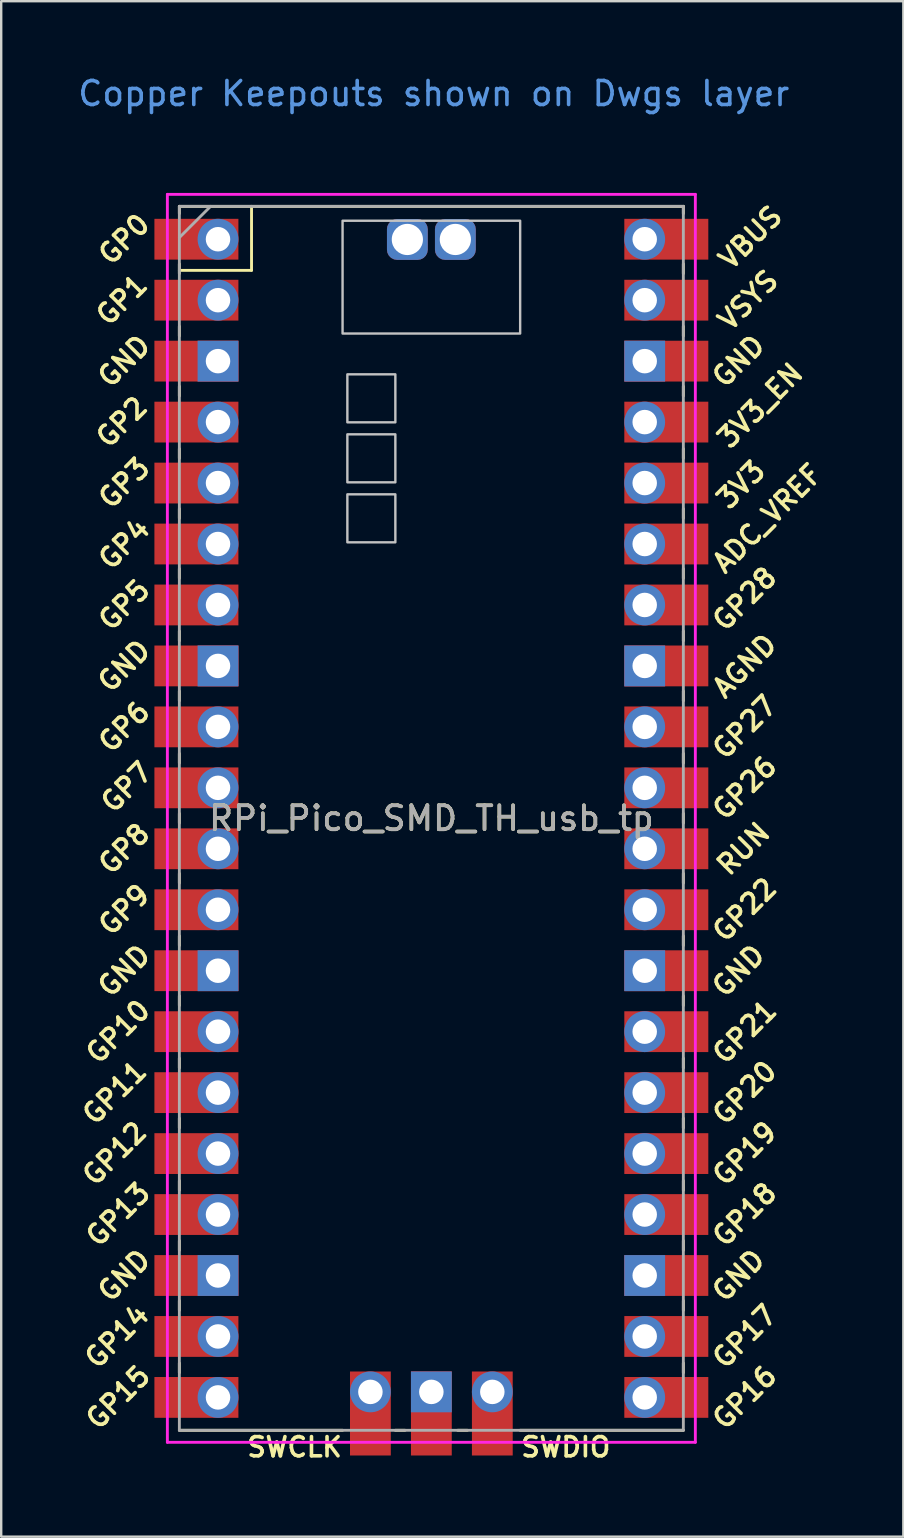
<source format=kicad_pcb>
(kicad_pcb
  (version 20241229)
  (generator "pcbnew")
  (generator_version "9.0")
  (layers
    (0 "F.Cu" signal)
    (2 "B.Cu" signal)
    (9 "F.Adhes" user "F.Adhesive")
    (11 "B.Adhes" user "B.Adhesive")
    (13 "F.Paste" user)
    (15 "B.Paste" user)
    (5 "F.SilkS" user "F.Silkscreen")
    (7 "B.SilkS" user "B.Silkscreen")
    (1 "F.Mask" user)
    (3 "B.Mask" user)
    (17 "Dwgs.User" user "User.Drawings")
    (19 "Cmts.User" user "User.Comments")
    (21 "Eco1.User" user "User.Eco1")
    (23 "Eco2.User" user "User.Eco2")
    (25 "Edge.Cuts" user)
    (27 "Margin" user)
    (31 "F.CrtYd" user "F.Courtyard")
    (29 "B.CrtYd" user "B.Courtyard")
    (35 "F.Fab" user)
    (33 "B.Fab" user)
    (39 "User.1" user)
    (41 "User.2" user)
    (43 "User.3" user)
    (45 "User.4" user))
  (footprint "RPi_Pico_SMD_TH_usb_tp"
    (layer "F.Cu")
    (at 14.924 31.048)
    (property "Reference" "RPi_Pico_SMD_TH_usb_tp" (at 0 0 0) (layer "F.SilkS") (effects (font (size 1 1) (thickness 0.15))))
    (attr through_hole)
    (fp_line (start -10.5 -25.5) (end -10.5 -25.2) (stroke (width 0.12) (type solid)) (layer "F.SilkS"))
    (fp_line (start -10.5 -25.5) (end 10.5 -25.5) (stroke (width 0.12) (type solid)) (layer "F.SilkS"))
    (fp_line (start -10.5 -23.1) (end -10.5 -22.7) (stroke (width 0.12) (type solid)) (layer "F.SilkS"))
    (fp_line (start -10.5 -22.833) (end -7.493 -22.833) (stroke (width 0.12) (type solid)) (layer "F.SilkS"))
    (fp_line (start -10.5 -20.5) (end -10.5 -20.1) (stroke (width 0.12) (type solid)) (layer "F.SilkS"))
    (fp_line (start -10.5 -18) (end -10.5 -17.6) (stroke (width 0.12) (type solid)) (layer "F.SilkS"))
    (fp_line (start -10.5 -15.4) (end -10.5 -15) (stroke (width 0.12) (type solid)) (layer "F.SilkS"))
    (fp_line (start -10.5 -12.9) (end -10.5 -12.5) (stroke (width 0.12) (type solid)) (layer "F.SilkS"))
    (fp_line (start -10.5 -10.4) (end -10.5 -10) (stroke (width 0.12) (type solid)) (layer "F.SilkS"))
    (fp_line (start -10.5 -7.8) (end -10.5 -7.4) (stroke (width 0.12) (type solid)) (layer "F.SilkS"))
    (fp_line (start -10.5 -5.3) (end -10.5 -4.9) (stroke (width 0.12) (type solid)) (layer "F.SilkS"))
    (fp_line (start -10.5 -2.7) (end -10.5 -2.3) (stroke (width 0.12) (type solid)) (layer "F.SilkS"))
    (fp_line (start -10.5 -0.2) (end -10.5 0.2) (stroke (width 0.12) (type solid)) (layer "F.SilkS"))
    (fp_line (start -10.5 2.3) (end -10.5 2.7) (stroke (width 0.12) (type solid)) (layer "F.SilkS"))
    (fp_line (start -10.5 4.9) (end -10.5 5.3) (stroke (width 0.12) (type solid)) (layer "F.SilkS"))
    (fp_line (start -10.5 7.4) (end -10.5 7.8) (stroke (width 0.12) (type solid)) (layer "F.SilkS"))
    (fp_line (start -10.5 10) (end -10.5 10.4) (stroke (width 0.12) (type solid)) (layer "F.SilkS"))
    (fp_line (start -10.5 12.5) (end -10.5 12.9) (stroke (width 0.12) (type solid)) (layer "F.SilkS"))
    (fp_line (start -10.5 15.1) (end -10.5 15.5) (stroke (width 0.12) (type solid)) (layer "F.SilkS"))
    (fp_line (start -10.5 17.6) (end -10.5 18) (stroke (width 0.12) (type solid)) (layer "F.SilkS"))
    (fp_line (start -10.5 20.1) (end -10.5 20.5) (stroke (width 0.12) (type solid)) (layer "F.SilkS"))
    (fp_line (start -10.5 22.7) (end -10.5 23.1) (stroke (width 0.12) (type solid)) (layer "F.SilkS"))
    (fp_line (start -7.493 -22.833) (end -7.493 -25.5) (stroke (width 0.12) (type solid)) (layer "F.SilkS"))
    (fp_line (start -3.7 25.5) (end -10.5 25.5) (stroke (width 0.12) (type solid)) (layer "F.SilkS"))
    (fp_line (start -1.5 25.5) (end -1.1 25.5) (stroke (width 0.12) (type solid)) (layer "F.SilkS"))
    (fp_line (start 1.1 25.5) (end 1.5 25.5) (stroke (width 0.12) (type solid)) (layer "F.SilkS"))
    (fp_line (start 10.5 -25.5) (end 10.5 -25.2) (stroke (width 0.12) (type solid)) (layer "F.SilkS"))
    (fp_line (start 10.5 -23.1) (end 10.5 -22.7) (stroke (width 0.12) (type solid)) (layer "F.SilkS"))
    (fp_line (start 10.5 -20.5) (end 10.5 -20.1) (stroke (width 0.12) (type solid)) (layer "F.SilkS"))
    (fp_line (start 10.5 -18) (end 10.5 -17.6) (stroke (width 0.12) (type solid)) (layer "F.SilkS"))
    (fp_line (start 10.5 -15.4) (end 10.5 -15) (stroke (width 0.12) (type solid)) (layer "F.SilkS"))
    (fp_line (start 10.5 -12.9) (end 10.5 -12.5) (stroke (width 0.12) (type solid)) (layer "F.SilkS"))
    (fp_line (start 10.5 -10.4) (end 10.5 -10) (stroke (width 0.12) (type solid)) (layer "F.SilkS"))
    (fp_line (start 10.5 -7.8) (end 10.5 -7.4) (stroke (width 0.12) (type solid)) (layer "F.SilkS"))
    (fp_line (start 10.5 -5.3) (end 10.5 -4.9) (stroke (width 0.12) (type solid)) (layer "F.SilkS"))
    (fp_line (start 10.5 -2.7) (end 10.5 -2.3) (stroke (width 0.12) (type solid)) (layer "F.SilkS"))
    (fp_line (start 10.5 -0.2) (end 10.5 0.2) (stroke (width 0.12) (type solid)) (layer "F.SilkS"))
    (fp_line (start 10.5 2.3) (end 10.5 2.7) (stroke (width 0.12) (type solid)) (layer "F.SilkS"))
    (fp_line (start 10.5 4.9) (end 10.5 5.3) (stroke (width 0.12) (type solid)) (layer "F.SilkS"))
    (fp_line (start 10.5 7.4) (end 10.5 7.8) (stroke (width 0.12) (type solid)) (layer "F.SilkS"))
    (fp_line (start 10.5 10) (end 10.5 10.4) (stroke (width 0.12) (type solid)) (layer "F.SilkS"))
    (fp_line (start 10.5 12.5) (end 10.5 12.9) (stroke (width 0.12) (type solid)) (layer "F.SilkS"))
    (fp_line (start 10.5 15.1) (end 10.5 15.5) (stroke (width 0.12) (type solid)) (layer "F.SilkS"))
    (fp_line (start 10.5 17.6) (end 10.5 18) (stroke (width 0.12) (type solid)) (layer "F.SilkS"))
    (fp_line (start 10.5 20.1) (end 10.5 20.5) (stroke (width 0.12) (type solid)) (layer "F.SilkS"))
    (fp_line (start 10.5 22.7) (end 10.5 23.1) (stroke (width 0.12) (type solid)) (layer "F.SilkS"))
    (fp_line (start 10.5 25.5) (end 3.7 25.5) (stroke (width 0.12) (type solid)) (layer "F.SilkS"))
    (fp_poly (pts (xy -1.5 -16.5) (xy -3.5 -16.5) (xy -3.5 -18.5) (xy -1.5 -18.5)) (stroke (width 0.1) (type solid)) (fill no) (layer "Dwgs.User"))
    (fp_poly (pts (xy -1.5 -14) (xy -3.5 -14) (xy -3.5 -16) (xy -1.5 -16)) (stroke (width 0.1) (type solid)) (fill no) (layer "Dwgs.User"))
    (fp_poly (pts (xy -1.5 -11.5) (xy -3.5 -11.5) (xy -3.5 -13.5) (xy -1.5 -13.5)) (stroke (width 0.1) (type solid)) (fill no) (layer "Dwgs.User"))
    (fp_poly (pts (xy 3.7 -20.2) (xy -3.7 -20.2) (xy -3.7 -24.9) (xy 3.7 -24.9)) (stroke (width 0.1) (type solid)) (fill no) (layer "Dwgs.User"))
    (fp_line (start -11 -26) (end 11 -26) (stroke (width 0.12) (type solid)) (layer "F.CrtYd"))
    (fp_line (start -11 26) (end -11 -26) (stroke (width 0.12) (type solid)) (layer "F.CrtYd"))
    (fp_line (start 11 -26) (end 11 26) (stroke (width 0.12) (type solid)) (layer "F.CrtYd"))
    (fp_line (start 11 26) (end -11 26) (stroke (width 0.12) (type solid)) (layer "F.CrtYd"))
    (fp_line (start -10.5 -25.5) (end 10.5 -25.5) (stroke (width 0.12) (type solid)) (layer "F.Fab"))
    (fp_line (start -10.5 -24.2) (end -9.2 -25.5) (stroke (width 0.12) (type solid)) (layer "F.Fab"))
    (fp_line (start -10.5 25.5) (end -10.5 -25.5) (stroke (width 0.12) (type solid)) (layer "F.Fab"))
    (fp_line (start 10.5 -25.5) (end 10.5 25.5) (stroke (width 0.12) (type solid)) (layer "F.Fab"))
    (fp_line (start 10.5 25.5) (end -10.5 25.5) (stroke (width 0.12) (type solid)) (layer "F.Fab"))
    (fp_text user "GP11" (at -13.2 11.43 45) (layer "F.SilkS") (effects (font (size 0.8 0.8) (thickness 0.15))))
    (fp_text user "GP2" (at -12.9 -16.51 45) (layer "F.SilkS") (effects (font (size 0.8 0.8) (thickness 0.15))))
    (fp_text user "GP12" (at -13.2 13.97 45) (layer "F.SilkS") (effects (font (size 0.8 0.8) (thickness 0.15))))
    (fp_text user "GP4" (at -12.8 -11.43 45) (layer "F.SilkS") (effects (font (size 0.8 0.8) (thickness 0.15))))
    (fp_text user "GP14" (at -13.1 21.59 45) (layer "F.SilkS") (effects (font (size 0.8 0.8) (thickness 0.15))))
    (fp_text user "ADC_VREF" (at 14 -12.5 45) (layer "F.SilkS") (effects (font (size 0.8 0.8) (thickness 0.15))))
    (fp_text user "SWCLK" (at -5.7 26.2 0) (layer "F.SilkS") (effects (font (size 0.8 0.8) (thickness 0.15))))
    (fp_text user "GP5" (at -12.8 -8.89 45) (layer "F.SilkS") (effects (font (size 0.8 0.8) (thickness 0.15))))
    (fp_text user "GND" (at -12.8 -19.05 45) (layer "F.SilkS") (effects (font (size 0.8 0.8) (thickness 0.15))))
    (fp_text user "GP0" (at -12.8 -24.13 45) (layer "F.SilkS") (effects (font (size 0.8 0.8) (thickness 0.15))))
    (fp_text user "GP26" (at 13.054 -1.27 45) (layer "F.SilkS") (effects (font (size 0.8 0.8) (thickness 0.15))))
    (fp_text user "AGND" (at 13.054 -6.35 45) (layer "F.SilkS") (effects (font (size 0.8 0.8) (thickness 0.15))))
    (fp_text user "GND" (at 12.8 -19.05 45) (layer "F.SilkS") (effects (font (size 0.8 0.8) (thickness 0.15))))
    (fp_text user "GP13" (at -13.054 16.51 45) (layer "F.SilkS") (effects (font (size 0.8 0.8) (thickness 0.15))))
    (fp_text user "GND" (at 12.8 19.05 45) (layer "F.SilkS") (effects (font (size 0.8 0.8) (thickness 0.15))))
    (fp_text user "GP9" (at -12.8 3.81 45) (layer "F.SilkS") (effects (font (size 0.8 0.8) (thickness 0.15))))
    (fp_text user "GND" (at -12.8 -6.35 45) (layer "F.SilkS") (effects (font (size 0.8 0.8) (thickness 0.15))))
    (fp_text user "GND" (at 12.8 6.35 45) (layer "F.SilkS") (effects (font (size 0.8 0.8) (thickness 0.15))))
    (fp_text user "GP1" (at -12.9 -21.6 45) (layer "F.SilkS") (effects (font (size 0.8 0.8) (thickness 0.15))))
    (fp_text user "GP22" (at 13.054 3.81 45) (layer "F.SilkS") (effects (font (size 0.8 0.8) (thickness 0.15))))
    (fp_text user "GP19" (at 13.054 13.97 45) (layer "F.SilkS") (effects (font (size 0.8 0.8) (thickness 0.15))))
    (fp_text user "3V3" (at 12.9 -13.9 45) (layer "F.SilkS") (effects (font (size 0.8 0.8) (thickness 0.15))))
    (fp_text user "VBUS" (at 13.3 -24.2 45) (layer "F.SilkS") (effects (font (size 0.8 0.8) (thickness 0.15))))
    (fp_text user "GP27" (at 13.054 -3.8 45) (layer "F.SilkS") (effects (font (size 0.8 0.8) (thickness 0.15))))
    (fp_text user "GP10" (at -13.054 8.89 45) (layer "F.SilkS") (effects (font (size 0.8 0.8) (thickness 0.15))))
    (fp_text user "GP20" (at 13.054 11.43 45) (layer "F.SilkS") (effects (font (size 0.8 0.8) (thickness 0.15))))
    (fp_text user "GP21" (at 13.054 8.9 45) (layer "F.SilkS") (effects (font (size 0.8 0.8) (thickness 0.15))))
    (fp_text user "GP8" (at -12.8 1.27 45) (layer "F.SilkS") (effects (font (size 0.8 0.8) (thickness 0.15))))
    (fp_text user "GP16" (at 13.054 24.13 45) (layer "F.SilkS") (effects (font (size 0.8 0.8) (thickness 0.15))))
    (fp_text user "GP6" (at -12.8 -3.81 45) (layer "F.SilkS") (effects (font (size 0.8 0.8) (thickness 0.15))))
    (fp_text user "GP18" (at 13.054 16.51 45) (layer "F.SilkS") (effects (font (size 0.8 0.8) (thickness 0.15))))
    (fp_text user "GP15" (at -13.054 24.13 45) (layer "F.SilkS") (effects (font (size 0.8 0.8) (thickness 0.15))))
    (fp_text user "RUN" (at 13 1.27 45) (layer "F.SilkS") (effects (font (size 0.8 0.8) (thickness 0.15))))
    (fp_text user "GND" (at -12.8 6.35 45) (layer "F.SilkS") (effects (font (size 0.8 0.8) (thickness 0.15))))
    (fp_text user "3V3_EN" (at 13.7 -17.2 45) (layer "F.SilkS") (effects (font (size 0.8 0.8) (thickness 0.15))))
    (fp_text user "VSYS" (at 13.2 -21.59 45) (layer "F.SilkS") (effects (font (size 0.8 0.8) (thickness 0.15))))
    (fp_text user "GND" (at -12.8 19.05 45) (layer "F.SilkS") (effects (font (size 0.8 0.8) (thickness 0.15))))
    (fp_text user "GP3" (at -12.8 -13.97 45) (layer "F.SilkS") (effects (font (size 0.8 0.8) (thickness 0.15))))
    (fp_text user "GP7" (at -12.7 -1.3 45) (layer "F.SilkS") (effects (font (size 0.8 0.8) (thickness 0.15))))
    (fp_text user "SWDIO" (at 5.6 26.2 0) (layer "F.SilkS") (effects (font (size 0.8 0.8) (thickness 0.15))))
    (fp_text user "GP17" (at 13.054 21.59 45) (layer "F.SilkS") (effects (font (size 0.8 0.8) (thickness 0.15))))
    (fp_text user "GP28" (at 13.054 -9.144 45) (layer "F.SilkS") (effects (font (size 0.8 0.8) (thickness 0.15))))
    (fp_text user "Copper Keepouts shown on Dwgs layer" (at 0.1 -30.2 0) (layer "Cmts.User") (effects (font (size 1 1) (thickness 0.15))))
    (fp_text user "${REFERENCE}" (at 0 0 180) (layer "F.Fab") (effects (font (size 1 1) (thickness 0.15))))
    (pad "1" thru_hole oval (at -8.89 -24.13) (size 1.7 1.7) (drill 1.02) (layers "*.Cu" "*.Mask"))
    (pad "1" smd rect (at -8.89 -24.13) (size 3.5 1.7) (drill (offset -0.9 0)) (layers "F.Cu" "F.Mask"))
    (pad "2" thru_hole oval (at -8.89 -21.59) (size 1.7 1.7) (drill 1.02) (layers "*.Cu" "*.Mask"))
    (pad "2" smd rect (at -8.89 -21.59) (size 3.5 1.7) (drill (offset -0.9 0)) (layers "F.Cu" "F.Mask"))
    (pad "3" thru_hole rect (at -8.89 -19.05) (size 1.7 1.7) (drill 1.02) (layers "*.Cu" "*.Mask"))
    (pad "3" smd rect (at -8.89 -19.05) (size 3.5 1.7) (drill (offset -0.9 0)) (layers "F.Cu" "F.Mask"))
    (pad "4" thru_hole oval (at -8.89 -16.51) (size 1.7 1.7) (drill 1.02) (layers "*.Cu" "*.Mask"))
    (pad "4" smd rect (at -8.89 -16.51) (size 3.5 1.7) (drill (offset -0.9 0)) (layers "F.Cu" "F.Mask"))
    (pad "5" thru_hole oval (at -8.89 -13.97) (size 1.7 1.7) (drill 1.02) (layers "*.Cu" "*.Mask"))
    (pad "5" smd rect (at -8.89 -13.97) (size 3.5 1.7) (drill (offset -0.9 0)) (layers "F.Cu" "F.Mask"))
    (pad "6" thru_hole oval (at -8.89 -11.43) (size 1.7 1.7) (drill 1.02) (layers "*.Cu" "*.Mask"))
    (pad "6" smd rect (at -8.89 -11.43) (size 3.5 1.7) (drill (offset -0.9 0)) (layers "F.Cu" "F.Mask"))
    (pad "7" thru_hole oval (at -8.89 -8.89) (size 1.7 1.7) (drill 1.02) (layers "*.Cu" "*.Mask"))
    (pad "7" smd rect (at -8.89 -8.89) (size 3.5 1.7) (drill (offset -0.9 0)) (layers "F.Cu" "F.Mask"))
    (pad "8" thru_hole rect (at -8.89 -6.35) (size 1.7 1.7) (drill 1.02) (layers "*.Cu" "*.Mask"))
    (pad "8" smd rect (at -8.89 -6.35) (size 3.5 1.7) (drill (offset -0.9 0)) (layers "F.Cu" "F.Mask"))
    (pad "9" thru_hole oval (at -8.89 -3.81) (size 1.7 1.7) (drill 1.02) (layers "*.Cu" "*.Mask"))
    (pad "9" smd rect (at -8.89 -3.81) (size 3.5 1.7) (drill (offset -0.9 0)) (layers "F.Cu" "F.Mask"))
    (pad "10" thru_hole oval (at -8.89 -1.27) (size 1.7 1.7) (drill 1.02) (layers "*.Cu" "*.Mask"))
    (pad "10" smd rect (at -8.89 -1.27) (size 3.5 1.7) (drill (offset -0.9 0)) (layers "F.Cu" "F.Mask"))
    (pad "11" thru_hole oval (at -8.89 1.27) (size 1.7 1.7) (drill 1.02) (layers "*.Cu" "*.Mask"))
    (pad "11" smd rect (at -8.89 1.27) (size 3.5 1.7) (drill (offset -0.9 0)) (layers "F.Cu" "F.Mask"))
    (pad "12" thru_hole oval (at -8.89 3.81) (size 1.7 1.7) (drill 1.02) (layers "*.Cu" "*.Mask"))
    (pad "12" smd rect (at -8.89 3.81) (size 3.5 1.7) (drill (offset -0.9 0)) (layers "F.Cu" "F.Mask"))
    (pad "13" thru_hole rect (at -8.89 6.35) (size 1.7 1.7) (drill 1.02) (layers "*.Cu" "*.Mask"))
    (pad "13" smd rect (at -8.89 6.35) (size 3.5 1.7) (drill (offset -0.9 0)) (layers "F.Cu" "F.Mask"))
    (pad "14" thru_hole oval (at -8.89 8.89) (size 1.7 1.7) (drill 1.02) (layers "*.Cu" "*.Mask"))
    (pad "14" smd rect (at -8.89 8.89) (size 3.5 1.7) (drill (offset -0.9 0)) (layers "F.Cu" "F.Mask"))
    (pad "15" thru_hole oval (at -8.89 11.43) (size 1.7 1.7) (drill 1.02) (layers "*.Cu" "*.Mask"))
    (pad "15" smd rect (at -8.89 11.43) (size 3.5 1.7) (drill (offset -0.9 0)) (layers "F.Cu" "F.Mask"))
    (pad "16" thru_hole oval (at -8.89 13.97) (size 1.7 1.7) (drill 1.02) (layers "*.Cu" "*.Mask"))
    (pad "16" smd rect (at -8.89 13.97) (size 3.5 1.7) (drill (offset -0.9 0)) (layers "F.Cu" "F.Mask"))
    (pad "17" thru_hole oval (at -8.89 16.51) (size 1.7 1.7) (drill 1.02) (layers "*.Cu" "*.Mask"))
    (pad "17" smd rect (at -8.89 16.51) (size 3.5 1.7) (drill (offset -0.9 0)) (layers "F.Cu" "F.Mask"))
    (pad "18" thru_hole rect (at -8.89 19.05) (size 1.7 1.7) (drill 1.02) (layers "*.Cu" "*.Mask"))
    (pad "18" smd rect (at -8.89 19.05) (size 3.5 1.7) (drill (offset -0.9 0)) (layers "F.Cu" "F.Mask"))
    (pad "19" thru_hole oval (at -8.89 21.59) (size 1.7 1.7) (drill 1.02) (layers "*.Cu" "*.Mask"))
    (pad "19" smd rect (at -8.89 21.59) (size 3.5 1.7) (drill (offset -0.9 0)) (layers "F.Cu" "F.Mask"))
    (pad "20" thru_hole oval (at -8.89 24.13) (size 1.7 1.7) (drill 1.02) (layers "*.Cu" "*.Mask"))
    (pad "20" smd rect (at -8.89 24.13) (size 3.5 1.7) (drill (offset -0.9 0)) (layers "F.Cu" "F.Mask"))
    (pad "21" thru_hole oval (at 8.89 24.13) (size 1.7 1.7) (drill 1.02) (layers "*.Cu" "*.Mask"))
    (pad "21" smd rect (at 8.89 24.13) (size 3.5 1.7) (drill (offset 0.9 0)) (layers "F.Cu" "F.Mask"))
    (pad "22" thru_hole oval (at 8.89 21.59) (size 1.7 1.7) (drill 1.02) (layers "*.Cu" "*.Mask"))
    (pad "22" smd rect (at 8.89 21.59) (size 3.5 1.7) (drill (offset 0.9 0)) (layers "F.Cu" "F.Mask"))
    (pad "23" thru_hole rect (at 8.89 19.05) (size 1.7 1.7) (drill 1.02) (layers "*.Cu" "*.Mask"))
    (pad "23" smd rect (at 8.89 19.05) (size 3.5 1.7) (drill (offset 0.9 0)) (layers "F.Cu" "F.Mask"))
    (pad "24" thru_hole oval (at 8.89 16.51) (size 1.7 1.7) (drill 1.02) (layers "*.Cu" "*.Mask"))
    (pad "24" smd rect (at 8.89 16.51) (size 3.5 1.7) (drill (offset 0.9 0)) (layers "F.Cu" "F.Mask"))
    (pad "25" thru_hole oval (at 8.89 13.97) (size 1.7 1.7) (drill 1.02) (layers "*.Cu" "*.Mask"))
    (pad "25" smd rect (at 8.89 13.97) (size 3.5 1.7) (drill (offset 0.9 0)) (layers "F.Cu" "F.Mask"))
    (pad "26" thru_hole oval (at 8.89 11.43) (size 1.7 1.7) (drill 1.02) (layers "*.Cu" "*.Mask"))
    (pad "26" smd rect (at 8.89 11.43) (size 3.5 1.7) (drill (offset 0.9 0)) (layers "F.Cu" "F.Mask"))
    (pad "27" thru_hole oval (at 8.89 8.89) (size 1.7 1.7) (drill 1.02) (layers "*.Cu" "*.Mask"))
    (pad "27" smd rect (at 8.89 8.89) (size 3.5 1.7) (drill (offset 0.9 0)) (layers "F.Cu" "F.Mask"))
    (pad "28" thru_hole rect (at 8.89 6.35) (size 1.7 1.7) (drill 1.02) (layers "*.Cu" "*.Mask"))
    (pad "28" smd rect (at 8.89 6.35) (size 3.5 1.7) (drill (offset 0.9 0)) (layers "F.Cu" "F.Mask"))
    (pad "29" thru_hole oval (at 8.89 3.81) (size 1.7 1.7) (drill 1.02) (layers "*.Cu" "*.Mask"))
    (pad "29" smd rect (at 8.89 3.81) (size 3.5 1.7) (drill (offset 0.9 0)) (layers "F.Cu" "F.Mask"))
    (pad "30" thru_hole oval (at 8.89 1.27) (size 1.7 1.7) (drill 1.02) (layers "*.Cu" "*.Mask"))
    (pad "30" smd rect (at 8.89 1.27) (size 3.5 1.7) (drill (offset 0.9 0)) (layers "F.Cu" "F.Mask"))
    (pad "31" thru_hole oval (at 8.89 -1.27) (size 1.7 1.7) (drill 1.02) (layers "*.Cu" "*.Mask"))
    (pad "31" smd rect (at 8.89 -1.27) (size 3.5 1.7) (drill (offset 0.9 0)) (layers "F.Cu" "F.Mask"))
    (pad "32" thru_hole oval (at 8.89 -3.81) (size 1.7 1.7) (drill 1.02) (layers "*.Cu" "*.Mask"))
    (pad "32" smd rect (at 8.89 -3.81) (size 3.5 1.7) (drill (offset 0.9 0)) (layers "F.Cu" "F.Mask"))
    (pad "33" thru_hole rect (at 8.89 -6.35) (size 1.7 1.7) (drill 1.02) (layers "*.Cu" "*.Mask"))
    (pad "33" smd rect (at 8.89 -6.35) (size 3.5 1.7) (drill (offset 0.9 0)) (layers "F.Cu" "F.Mask"))
    (pad "34" thru_hole oval (at 8.89 -8.89) (size 1.7 1.7) (drill 1.02) (layers "*.Cu" "*.Mask"))
    (pad "34" smd rect (at 8.89 -8.89) (size 3.5 1.7) (drill (offset 0.9 0)) (layers "F.Cu" "F.Mask"))
    (pad "35" thru_hole oval (at 8.89 -11.43) (size 1.7 1.7) (drill 1.02) (layers "*.Cu" "*.Mask"))
    (pad "35" smd rect (at 8.89 -11.43) (size 3.5 1.7) (drill (offset 0.9 0)) (layers "F.Cu" "F.Mask"))
    (pad "36" thru_hole oval (at 8.89 -13.97) (size 1.7 1.7) (drill 1.02) (layers "*.Cu" "*.Mask"))
    (pad "36" smd rect (at 8.89 -13.97) (size 3.5 1.7) (drill (offset 0.9 0)) (layers "F.Cu" "F.Mask"))
    (pad "37" thru_hole oval (at 8.89 -16.51) (size 1.7 1.7) (drill 1.02) (layers "*.Cu" "*.Mask"))
    (pad "37" smd rect (at 8.89 -16.51) (size 3.5 1.7) (drill (offset 0.9 0)) (layers "F.Cu" "F.Mask"))
    (pad "38" thru_hole rect (at 8.89 -19.05) (size 1.7 1.7) (drill 1.02) (layers "*.Cu" "*.Mask"))
    (pad "38" smd rect (at 8.89 -19.05) (size 3.5 1.7) (drill (offset 0.9 0)) (layers "F.Cu" "F.Mask"))
    (pad "39" thru_hole oval (at 8.89 -21.59) (size 1.7 1.7) (drill 1.02) (layers "*.Cu" "*.Mask"))
    (pad "39" smd rect (at 8.89 -21.59) (size 3.5 1.7) (drill (offset 0.9 0)) (layers "F.Cu" "F.Mask"))
    (pad "40" thru_hole oval (at 8.89 -24.13) (size 1.7 1.7) (drill 1.02) (layers "*.Cu" "*.Mask"))
    (pad "40" smd rect (at 8.89 -24.13) (size 3.5 1.7) (drill (offset 0.9 0)) (layers "F.Cu" "F.Mask"))
    (pad "41" thru_hole oval (at -2.54 23.9) (size 1.7 1.7) (drill 1.02) (layers "*.Cu" "*.Mask"))
    (pad "41" smd rect (at -2.54 23.9 90) (size 3.5 1.7) (drill (offset -0.9 0)) (layers "F.Cu" "F.Mask"))
    (pad "42" thru_hole rect (at 0 23.9) (size 1.7 1.7) (drill 1.02) (layers "*.Cu" "*.Mask"))
    (pad "42" smd rect (at 0 23.9 90) (size 3.5 1.7) (drill (offset -0.9 0)) (layers "F.Cu" "F.Mask"))
    (pad "43" thru_hole oval (at 2.54 23.9) (size 1.7 1.7) (drill 1.02) (layers "*.Cu" "*.Mask"))
    (pad "43" smd rect (at 2.54 23.9 90) (size 3.5 1.7) (drill (offset -0.9 0)) (layers "F.Cu" "F.Mask"))
    (pad "44" thru_hole roundrect (at -1 -24.12) (size 1.7 1.7) (drill 1.3) (layers "*.Cu" "*.Mask") (roundrect_rratio 0.25))
    (pad "45" thru_hole roundrect (at 1 -24.12) (size 1.7 1.7) (drill 1.3) (layers "*.Cu" "*.Mask") (roundrect_rratio 0.25)))
  (gr_rect
    (start -3 -3)
    (end 34.591 60.98)
    (stroke (width 0.1) (type default))
    (fill no)
    (layer "Edge.Cuts")))
</source>
